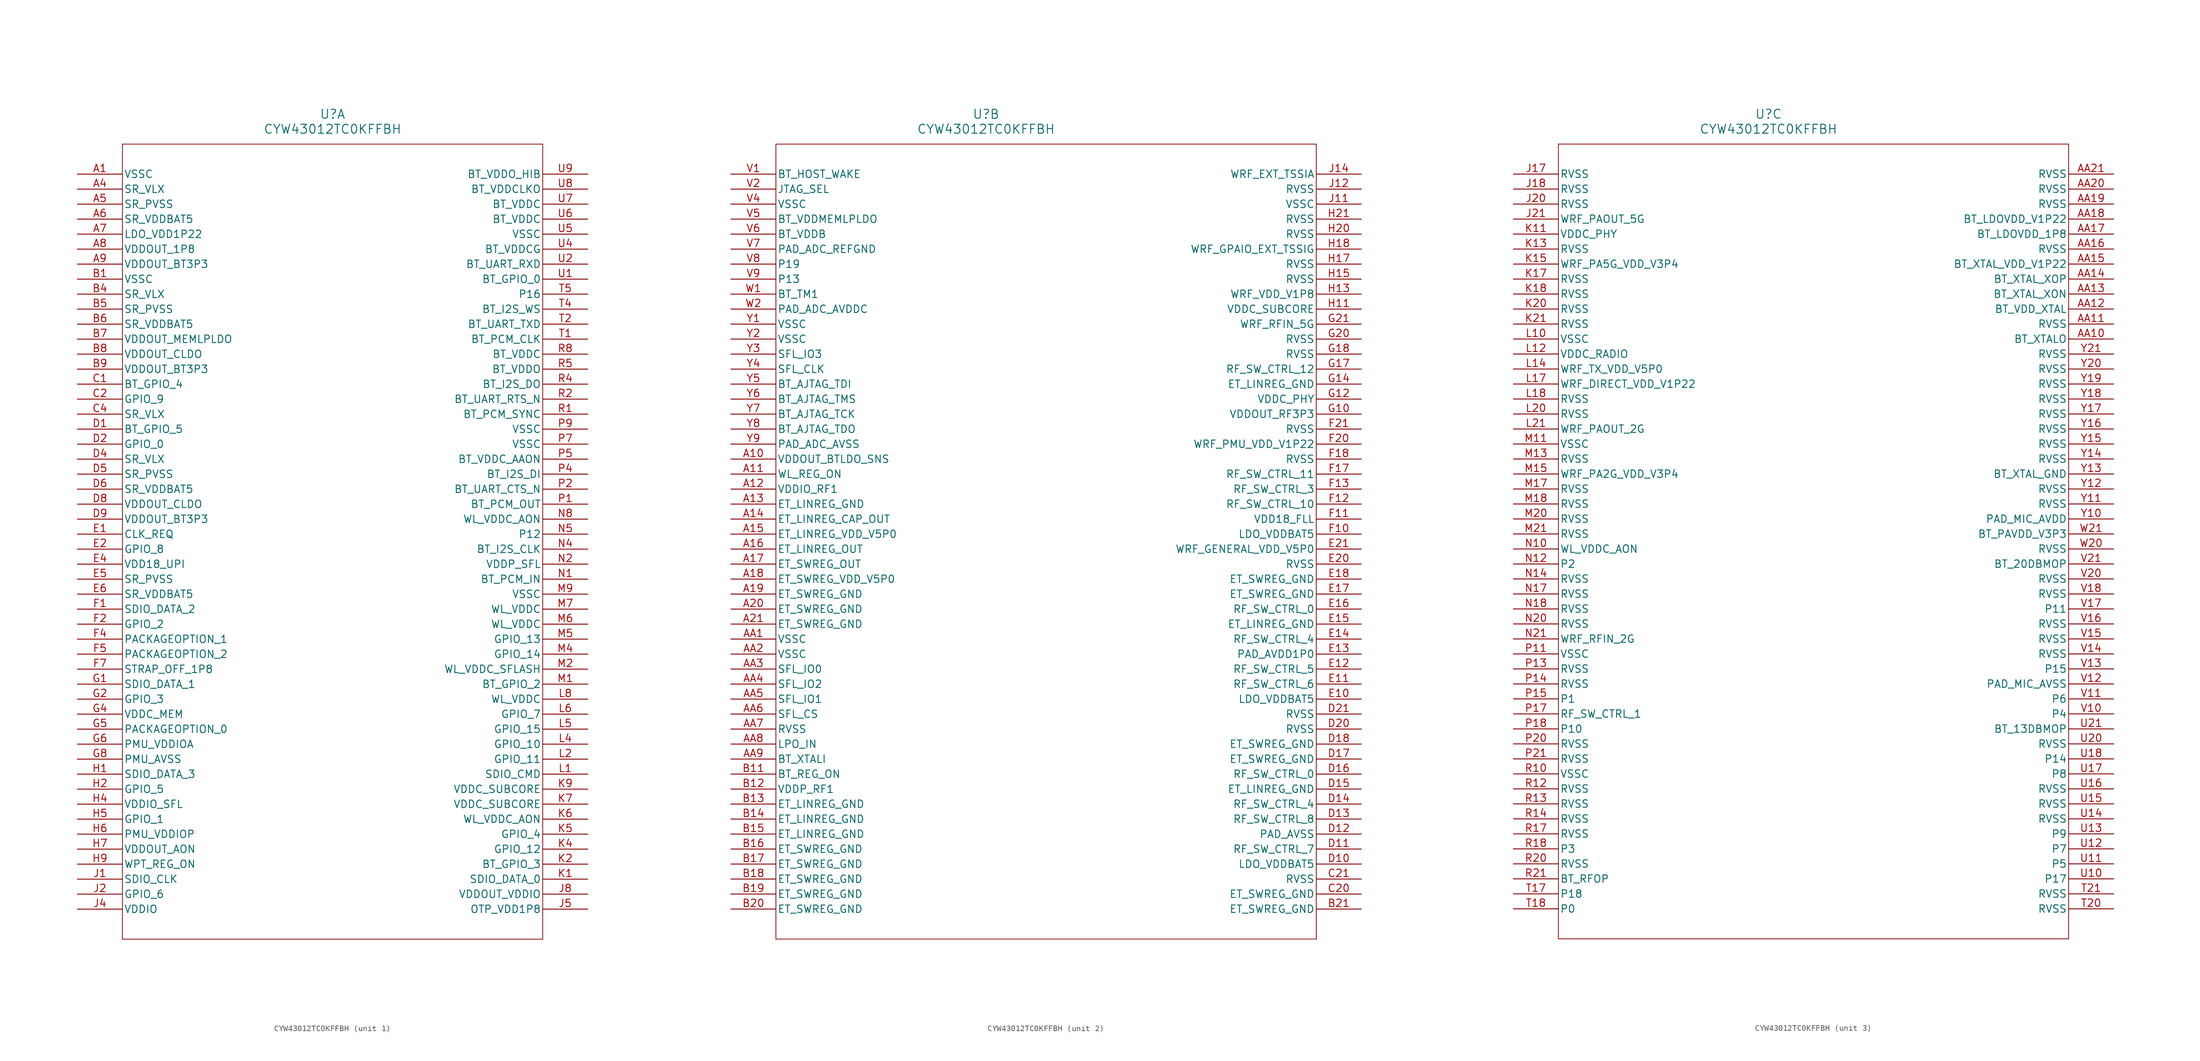
<source format=kicad_sym>
(kicad_symbol_lib
  (version 20220914)
  (generator kicad_symbol_editor)
  (symbol "CYW43012TC0KFFBH"
    (pin_names
      (offset 0.254))
    (property "Reference" "U"
      (at 43.18 10.16 0)
      (effects (font (size 1.524 1.524))))
    (property "Value" "CYW43012TC0KFFBH"
      (at 43.18 7.62 0)
      (effects (font (size 1.524 1.524))))
    (property "ki_locked" ""
      (at 0 0 0)
      (effects (font (size 1.27 1.27))))
    (symbol "CYW43012TC0KFFBH_1_1"
      (polyline (pts (xy 7.62 -129.54) (xy 78.74 -129.54)) (stroke (width 0.127) (type default)) (fill (type none)))
      (polyline (pts (xy 7.62 5.08) (xy 7.62 -129.54)) (stroke (width 0.127) (type default)) (fill (type none)))
      (polyline (pts (xy 78.74 -129.54) (xy 78.74 5.08)) (stroke (width 0.127) (type default)) (fill (type none)))
      (polyline (pts (xy 78.74 5.08) (xy 7.62 5.08)) (stroke (width 0.127) (type default)) (fill (type none)))
      (pin power_out line (at 0 0 0) (length 7.62) (name "VSSC" (effects (font (size 1.27 1.27)))) (number "A1" (effects (font (size 1.27 1.27)))))
      (pin unspecified line (at 0 -2.54 0) (length 7.62) (name "SR_VLX" (effects (font (size 1.27 1.27)))) (number "A4" (effects (font (size 1.27 1.27)))))
      (pin power_out line (at 0 -5.08 0) (length 7.62) (name "SR_PVSS" (effects (font (size 1.27 1.27)))) (number "A5" (effects (font (size 1.27 1.27)))))
      (pin power_in line (at 0 -7.62 0) (length 7.62) (name "SR_VDDBAT5" (effects (font (size 1.27 1.27)))) (number "A6" (effects (font (size 1.27 1.27)))))
      (pin power_in line (at 0 -10.16 0) (length 7.62) (name "LDO_VDD1P22" (effects (font (size 1.27 1.27)))) (number "A7" (effects (font (size 1.27 1.27)))))
      (pin output line (at 0 -12.7 0) (length 7.62) (name "VDDOUT_1P8" (effects (font (size 1.27 1.27)))) (number "A8" (effects (font (size 1.27 1.27)))))
      (pin output line (at 0 -15.24 0) (length 7.62) (name "VDDOUT_BT3P3" (effects (font (size 1.27 1.27)))) (number "A9" (effects (font (size 1.27 1.27)))))
      (pin power_out line (at 0 -17.78 0) (length 7.62) (name "VSSC" (effects (font (size 1.27 1.27)))) (number "B1" (effects (font (size 1.27 1.27)))))
      (pin unspecified line (at 0 -20.32 0) (length 7.62) (name "SR_VLX" (effects (font (size 1.27 1.27)))) (number "B4" (effects (font (size 1.27 1.27)))))
      (pin power_out line (at 0 -22.86 0) (length 7.62) (name "SR_PVSS" (effects (font (size 1.27 1.27)))) (number "B5" (effects (font (size 1.27 1.27)))))
      (pin power_in line (at 0 -25.4 0) (length 7.62) (name "SR_VDDBAT5" (effects (font (size 1.27 1.27)))) (number "B6" (effects (font (size 1.27 1.27)))))
      (pin output line (at 0 -27.94 0) (length 7.62) (name "VDDOUT_MEMLPLDO" (effects (font (size 1.27 1.27)))) (number "B7" (effects (font (size 1.27 1.27)))))
      (pin output line (at 0 -30.48 0) (length 7.62) (name "VDDOUT_CLDO" (effects (font (size 1.27 1.27)))) (number "B8" (effects (font (size 1.27 1.27)))))
      (pin output line (at 0 -33.02 0) (length 7.62) (name "VDDOUT_BT3P3" (effects (font (size 1.27 1.27)))) (number "B9" (effects (font (size 1.27 1.27)))))
      (pin bidirectional line (at 0 -35.56 0) (length 7.62) (name "BT_GPIO_4" (effects (font (size 1.27 1.27)))) (number "C1" (effects (font (size 1.27 1.27)))))
      (pin bidirectional line (at 0 -38.1 0) (length 7.62) (name "GPIO_9" (effects (font (size 1.27 1.27)))) (number "C2" (effects (font (size 1.27 1.27)))))
      (pin unspecified line (at 0 -40.64 0) (length 7.62) (name "SR_VLX" (effects (font (size 1.27 1.27)))) (number "C4" (effects (font (size 1.27 1.27)))))
      (pin bidirectional line (at 0 -43.18 0) (length 7.62) (name "BT_GPIO_5" (effects (font (size 1.27 1.27)))) (number "D1" (effects (font (size 1.27 1.27)))))
      (pin bidirectional line (at 0 -45.72 0) (length 7.62) (name "GPIO_0" (effects (font (size 1.27 1.27)))) (number "D2" (effects (font (size 1.27 1.27)))))
      (pin unspecified line (at 0 -48.26 0) (length 7.62) (name "SR_VLX" (effects (font (size 1.27 1.27)))) (number "D4" (effects (font (size 1.27 1.27)))))
      (pin power_out line (at 0 -50.8 0) (length 7.62) (name "SR_PVSS" (effects (font (size 1.27 1.27)))) (number "D5" (effects (font (size 1.27 1.27)))))
      (pin power_in line (at 0 -53.34 0) (length 7.62) (name "SR_VDDBAT5" (effects (font (size 1.27 1.27)))) (number "D6" (effects (font (size 1.27 1.27)))))
      (pin output line (at 0 -55.88 0) (length 7.62) (name "VDDOUT_CLDO" (effects (font (size 1.27 1.27)))) (number "D8" (effects (font (size 1.27 1.27)))))
      (pin output line (at 0 -58.42 0) (length 7.62) (name "VDDOUT_BT3P3" (effects (font (size 1.27 1.27)))) (number "D9" (effects (font (size 1.27 1.27)))))
      (pin unspecified line (at 0 -60.96 0) (length 7.62) (name "CLK_REQ" (effects (font (size 1.27 1.27)))) (number "E1" (effects (font (size 1.27 1.27)))))
      (pin bidirectional line (at 0 -63.5 0) (length 7.62) (name "GPIO_8" (effects (font (size 1.27 1.27)))) (number "E2" (effects (font (size 1.27 1.27)))))
      (pin power_in line (at 0 -66.04 0) (length 7.62) (name "VDD18_UPI" (effects (font (size 1.27 1.27)))) (number "E4" (effects (font (size 1.27 1.27)))))
      (pin power_out line (at 0 -68.58 0) (length 7.62) (name "SR_PVSS" (effects (font (size 1.27 1.27)))) (number "E5" (effects (font (size 1.27 1.27)))))
      (pin power_in line (at 0 -71.12 0) (length 7.62) (name "SR_VDDBAT5" (effects (font (size 1.27 1.27)))) (number "E6" (effects (font (size 1.27 1.27)))))
      (pin bidirectional line (at 0 -73.66 0) (length 7.62) (name "SDIO_DATA_2" (effects (font (size 1.27 1.27)))) (number "F1" (effects (font (size 1.27 1.27)))))
      (pin bidirectional line (at 0 -76.2 0) (length 7.62) (name "GPIO_2" (effects (font (size 1.27 1.27)))) (number "F2" (effects (font (size 1.27 1.27)))))
      (pin bidirectional line (at 0 -78.74 0) (length 7.62) (name "PACKAGEOPTION_1" (effects (font (size 1.27 1.27)))) (number "F4" (effects (font (size 1.27 1.27)))))
      (pin bidirectional line (at 0 -81.28 0) (length 7.62) (name "PACKAGEOPTION_2" (effects (font (size 1.27 1.27)))) (number "F5" (effects (font (size 1.27 1.27)))))
      (pin unspecified line (at 0 -83.82 0) (length 7.62) (name "STRAP_OFF_1P8" (effects (font (size 1.27 1.27)))) (number "F7" (effects (font (size 1.27 1.27)))))
      (pin bidirectional line (at 0 -86.36 0) (length 7.62) (name "SDIO_DATA_1" (effects (font (size 1.27 1.27)))) (number "G1" (effects (font (size 1.27 1.27)))))
      (pin bidirectional line (at 0 -88.9 0) (length 7.62) (name "GPIO_3" (effects (font (size 1.27 1.27)))) (number "G2" (effects (font (size 1.27 1.27)))))
      (pin power_in line (at 0 -91.44 0) (length 7.62) (name "VDDC_MEM" (effects (font (size 1.27 1.27)))) (number "G4" (effects (font (size 1.27 1.27)))))
      (pin bidirectional line (at 0 -93.98 0) (length 7.62) (name "PACKAGEOPTION_0" (effects (font (size 1.27 1.27)))) (number "G5" (effects (font (size 1.27 1.27)))))
      (pin power_in line (at 0 -96.52 0) (length 7.62) (name "PMU_VDDIOA" (effects (font (size 1.27 1.27)))) (number "G6" (effects (font (size 1.27 1.27)))))
      (pin power_out line (at 0 -99.06 0) (length 7.62) (name "PMU_AVSS" (effects (font (size 1.27 1.27)))) (number "G8" (effects (font (size 1.27 1.27)))))
      (pin bidirectional line (at 0 -101.6 0) (length 7.62) (name "SDIO_DATA_3" (effects (font (size 1.27 1.27)))) (number "H1" (effects (font (size 1.27 1.27)))))
      (pin bidirectional line (at 0 -104.14 0) (length 7.62) (name "GPIO_5" (effects (font (size 1.27 1.27)))) (number "H2" (effects (font (size 1.27 1.27)))))
      (pin power_in line (at 0 -106.68 0) (length 7.62) (name "VDDIO_SFL" (effects (font (size 1.27 1.27)))) (number "H4" (effects (font (size 1.27 1.27)))))
      (pin bidirectional line (at 0 -109.22 0) (length 7.62) (name "GPIO_1" (effects (font (size 1.27 1.27)))) (number "H5" (effects (font (size 1.27 1.27)))))
      (pin power_in line (at 0 -111.76 0) (length 7.62) (name "PMU_VDDIOP" (effects (font (size 1.27 1.27)))) (number "H6" (effects (font (size 1.27 1.27)))))
      (pin output line (at 0 -114.3 0) (length 7.62) (name "VDDOUT_AON" (effects (font (size 1.27 1.27)))) (number "H7" (effects (font (size 1.27 1.27)))))
      (pin unspecified line (at 0 -116.84 0) (length 7.62) (name "WPT_REG_ON" (effects (font (size 1.27 1.27)))) (number "H9" (effects (font (size 1.27 1.27)))))
      (pin unspecified line (at 0 -119.38 0) (length 7.62) (name "SDIO_CLK" (effects (font (size 1.27 1.27)))) (number "J1" (effects (font (size 1.27 1.27)))))
      (pin bidirectional line (at 0 -121.92 0) (length 7.62) (name "GPIO_6" (effects (font (size 1.27 1.27)))) (number "J2" (effects (font (size 1.27 1.27)))))
      (pin power_in line (at 0 -124.46 0) (length 7.62) (name "VDDIO" (effects (font (size 1.27 1.27)))) (number "J4" (effects (font (size 1.27 1.27)))))
      (pin power_in line (at 86.36 -124.46 180) (length 7.62) (name "OTP_VDD1P8" (effects (font (size 1.27 1.27)))) (number "J5" (effects (font (size 1.27 1.27)))))
      (pin output line (at 86.36 -121.92 180) (length 7.62) (name "VDDOUT_VDDIO" (effects (font (size 1.27 1.27)))) (number "J8" (effects (font (size 1.27 1.27)))))
      (pin bidirectional line (at 86.36 -119.38 180) (length 7.62) (name "SDIO_DATA_0" (effects (font (size 1.27 1.27)))) (number "K1" (effects (font (size 1.27 1.27)))))
      (pin bidirectional line (at 86.36 -116.84 180) (length 7.62) (name "BT_GPIO_3" (effects (font (size 1.27 1.27)))) (number "K2" (effects (font (size 1.27 1.27)))))
      (pin bidirectional line (at 86.36 -114.3 180) (length 7.62) (name "GPIO_12" (effects (font (size 1.27 1.27)))) (number "K4" (effects (font (size 1.27 1.27)))))
      (pin bidirectional line (at 86.36 -111.76 180) (length 7.62) (name "GPIO_4" (effects (font (size 1.27 1.27)))) (number "K5" (effects (font (size 1.27 1.27)))))
      (pin power_in line (at 86.36 -109.22 180) (length 7.62) (name "WL_VDDC_AON" (effects (font (size 1.27 1.27)))) (number "K6" (effects (font (size 1.27 1.27)))))
      (pin power_in line (at 86.36 -106.68 180) (length 7.62) (name "VDDC_SUBCORE" (effects (font (size 1.27 1.27)))) (number "K7" (effects (font (size 1.27 1.27)))))
      (pin power_in line (at 86.36 -104.14 180) (length 7.62) (name "VDDC_SUBCORE" (effects (font (size 1.27 1.27)))) (number "K9" (effects (font (size 1.27 1.27)))))
      (pin unspecified line (at 86.36 -101.6 180) (length 7.62) (name "SDIO_CMD" (effects (font (size 1.27 1.27)))) (number "L1" (effects (font (size 1.27 1.27)))))
      (pin bidirectional line (at 86.36 -99.06 180) (length 7.62) (name "GPIO_11" (effects (font (size 1.27 1.27)))) (number "L2" (effects (font (size 1.27 1.27)))))
      (pin bidirectional line (at 86.36 -96.52 180) (length 7.62) (name "GPIO_10" (effects (font (size 1.27 1.27)))) (number "L4" (effects (font (size 1.27 1.27)))))
      (pin bidirectional line (at 86.36 -93.98 180) (length 7.62) (name "GPIO_15" (effects (font (size 1.27 1.27)))) (number "L5" (effects (font (size 1.27 1.27)))))
      (pin bidirectional line (at 86.36 -91.44 180) (length 7.62) (name "GPIO_7" (effects (font (size 1.27 1.27)))) (number "L6" (effects (font (size 1.27 1.27)))))
      (pin power_in line (at 86.36 -88.9 180) (length 7.62) (name "WL_VDDC" (effects (font (size 1.27 1.27)))) (number "L8" (effects (font (size 1.27 1.27)))))
      (pin bidirectional line (at 86.36 -86.36 180) (length 7.62) (name "BT_GPIO_2" (effects (font (size 1.27 1.27)))) (number "M1" (effects (font (size 1.27 1.27)))))
      (pin power_in line (at 86.36 -83.82 180) (length 7.62) (name "WL_VDDC_SFLASH" (effects (font (size 1.27 1.27)))) (number "M2" (effects (font (size 1.27 1.27)))))
      (pin bidirectional line (at 86.36 -81.28 180) (length 7.62) (name "GPIO_14" (effects (font (size 1.27 1.27)))) (number "M4" (effects (font (size 1.27 1.27)))))
      (pin bidirectional line (at 86.36 -78.74 180) (length 7.62) (name "GPIO_13" (effects (font (size 1.27 1.27)))) (number "M5" (effects (font (size 1.27 1.27)))))
      (pin power_in line (at 86.36 -76.2 180) (length 7.62) (name "WL_VDDC" (effects (font (size 1.27 1.27)))) (number "M6" (effects (font (size 1.27 1.27)))))
      (pin power_in line (at 86.36 -73.66 180) (length 7.62) (name "WL_VDDC" (effects (font (size 1.27 1.27)))) (number "M7" (effects (font (size 1.27 1.27)))))
      (pin power_out line (at 86.36 -71.12 180) (length 7.62) (name "VSSC" (effects (font (size 1.27 1.27)))) (number "M9" (effects (font (size 1.27 1.27)))))
      (pin unspecified line (at 86.36 -68.58 180) (length 7.62) (name "BT_PCM_IN" (effects (font (size 1.27 1.27)))) (number "N1" (effects (font (size 1.27 1.27)))))
      (pin power_in line (at 86.36 -66.04 180) (length 7.62) (name "VDDP_SFL" (effects (font (size 1.27 1.27)))) (number "N2" (effects (font (size 1.27 1.27)))))
      (pin bidirectional line (at 86.36 -63.5 180) (length 7.62) (name "BT_I2S_CLK" (effects (font (size 1.27 1.27)))) (number "N4" (effects (font (size 1.27 1.27)))))
      (pin bidirectional line (at 86.36 -60.96 180) (length 7.62) (name "P12" (effects (font (size 1.27 1.27)))) (number "N5" (effects (font (size 1.27 1.27)))))
      (pin power_in line (at 86.36 -58.42 180) (length 7.62) (name "WL_VDDC_AON" (effects (font (size 1.27 1.27)))) (number "N8" (effects (font (size 1.27 1.27)))))
      (pin output line (at 86.36 -55.88 180) (length 7.62) (name "BT_PCM_OUT" (effects (font (size 1.27 1.27)))) (number "P1" (effects (font (size 1.27 1.27)))))
      (pin unspecified line (at 86.36 -53.34 180) (length 7.62) (name "BT_UART_CTS_N" (effects (font (size 1.27 1.27)))) (number "P2" (effects (font (size 1.27 1.27)))))
      (pin bidirectional line (at 86.36 -50.8 180) (length 7.62) (name "BT_I2S_DI" (effects (font (size 1.27 1.27)))) (number "P4" (effects (font (size 1.27 1.27)))))
      (pin power_in line (at 86.36 -48.26 180) (length 7.62) (name "BT_VDDC_AAON" (effects (font (size 1.27 1.27)))) (number "P5" (effects (font (size 1.27 1.27)))))
      (pin power_out line (at 86.36 -45.72 180) (length 7.62) (name "VSSC" (effects (font (size 1.27 1.27)))) (number "P7" (effects (font (size 1.27 1.27)))))
      (pin power_out line (at 86.36 -43.18 180) (length 7.62) (name "VSSC" (effects (font (size 1.27 1.27)))) (number "P9" (effects (font (size 1.27 1.27)))))
      (pin unspecified line (at 86.36 -40.64 180) (length 7.62) (name "BT_PCM_SYNC" (effects (font (size 1.27 1.27)))) (number "R1" (effects (font (size 1.27 1.27)))))
      (pin unspecified line (at 86.36 -38.1 180) (length 7.62) (name "BT_UART_RTS_N" (effects (font (size 1.27 1.27)))) (number "R2" (effects (font (size 1.27 1.27)))))
      (pin bidirectional line (at 86.36 -35.56 180) (length 7.62) (name "BT_I2S_DO" (effects (font (size 1.27 1.27)))) (number "R4" (effects (font (size 1.27 1.27)))))
      (pin power_in line (at 86.36 -33.02 180) (length 7.62) (name "BT_VDDO" (effects (font (size 1.27 1.27)))) (number "R5" (effects (font (size 1.27 1.27)))))
      (pin power_in line (at 86.36 -30.48 180) (length 7.62) (name "BT_VDDC" (effects (font (size 1.27 1.27)))) (number "R8" (effects (font (size 1.27 1.27)))))
      (pin unspecified line (at 86.36 -27.94 180) (length 7.62) (name "BT_PCM_CLK" (effects (font (size 1.27 1.27)))) (number "T1" (effects (font (size 1.27 1.27)))))
      (pin unspecified line (at 86.36 -25.4 180) (length 7.62) (name "BT_UART_TXD" (effects (font (size 1.27 1.27)))) (number "T2" (effects (font (size 1.27 1.27)))))
      (pin bidirectional line (at 86.36 -22.86 180) (length 7.62) (name "BT_I2S_WS" (effects (font (size 1.27 1.27)))) (number "T4" (effects (font (size 1.27 1.27)))))
      (pin bidirectional line (at 86.36 -20.32 180) (length 7.62) (name "P16" (effects (font (size 1.27 1.27)))) (number "T5" (effects (font (size 1.27 1.27)))))
      (pin bidirectional line (at 86.36 -17.78 180) (length 7.62) (name "BT_GPIO_0" (effects (font (size 1.27 1.27)))) (number "U1" (effects (font (size 1.27 1.27)))))
      (pin unspecified line (at 86.36 -15.24 180) (length 7.62) (name "BT_UART_RXD" (effects (font (size 1.27 1.27)))) (number "U2" (effects (font (size 1.27 1.27)))))
      (pin power_in line (at 86.36 -12.7 180) (length 7.62) (name "BT_VDDCG" (effects (font (size 1.27 1.27)))) (number "U4" (effects (font (size 1.27 1.27)))))
      (pin power_out line (at 86.36 -10.16 180) (length 7.62) (name "VSSC" (effects (font (size 1.27 1.27)))) (number "U5" (effects (font (size 1.27 1.27)))))
      (pin power_in line (at 86.36 -7.62 180) (length 7.62) (name "BT_VDDC" (effects (font (size 1.27 1.27)))) (number "U6" (effects (font (size 1.27 1.27)))))
      (pin power_in line (at 86.36 -5.08 180) (length 7.62) (name "BT_VDDC" (effects (font (size 1.27 1.27)))) (number "U7" (effects (font (size 1.27 1.27)))))
      (pin power_in line (at 86.36 -2.54 180) (length 7.62) (name "BT_VDDCLKO" (effects (font (size 1.27 1.27)))) (number "U8" (effects (font (size 1.27 1.27)))))
      (pin power_in line (at 86.36 0 180) (length 7.62) (name "BT_VDDO_HIB" (effects (font (size 1.27 1.27)))) (number "U9" (effects (font (size 1.27 1.27))))))
    (symbol "CYW43012TC0KFFBH_2_1"
      (polyline (pts (xy 7.62 -129.54) (xy 99.06 -129.54)) (stroke (width 0.127) (type default)) (fill (type none)))
      (polyline (pts (xy 7.62 5.08) (xy 7.62 -129.54)) (stroke (width 0.127) (type default)) (fill (type none)))
      (polyline (pts (xy 99.06 -129.54) (xy 99.06 5.08)) (stroke (width 0.127) (type default)) (fill (type none)))
      (polyline (pts (xy 99.06 5.08) (xy 7.62 5.08)) (stroke (width 0.127) (type default)) (fill (type none)))
      (pin output line (at 0 -48.26 0) (length 7.62) (name "VDDOUT_BTLDO_SNS" (effects (font (size 1.27 1.27)))) (number "A10" (effects (font (size 1.27 1.27)))))
      (pin unspecified line (at 0 -50.8 0) (length 7.62) (name "WL_REG_ON" (effects (font (size 1.27 1.27)))) (number "A11" (effects (font (size 1.27 1.27)))))
      (pin power_in line (at 0 -53.34 0) (length 7.62) (name "VDDIO_RF1" (effects (font (size 1.27 1.27)))) (number "A12" (effects (font (size 1.27 1.27)))))
      (pin power_out line (at 0 -55.88 0) (length 7.62) (name "ET_LINREG_GND" (effects (font (size 1.27 1.27)))) (number "A13" (effects (font (size 1.27 1.27)))))
      (pin output line (at 0 -58.42 0) (length 7.62) (name "ET_LINREG_CAP_OUT" (effects (font (size 1.27 1.27)))) (number "A14" (effects (font (size 1.27 1.27)))))
      (pin power_in line (at 0 -60.96 0) (length 7.62) (name "ET_LINREG_VDD_V5P0" (effects (font (size 1.27 1.27)))) (number "A15" (effects (font (size 1.27 1.27)))))
      (pin output line (at 0 -63.5 0) (length 7.62) (name "ET_LINREG_OUT" (effects (font (size 1.27 1.27)))) (number "A16" (effects (font (size 1.27 1.27)))))
      (pin output line (at 0 -66.04 0) (length 7.62) (name "ET_SWREG_OUT" (effects (font (size 1.27 1.27)))) (number "A17" (effects (font (size 1.27 1.27)))))
      (pin power_in line (at 0 -68.58 0) (length 7.62) (name "ET_SWREG_VDD_V5P0" (effects (font (size 1.27 1.27)))) (number "A18" (effects (font (size 1.27 1.27)))))
      (pin power_out line (at 0 -71.12 0) (length 7.62) (name "ET_SWREG_GND" (effects (font (size 1.27 1.27)))) (number "A19" (effects (font (size 1.27 1.27)))))
      (pin power_out line (at 0 -73.66 0) (length 7.62) (name "ET_SWREG_GND" (effects (font (size 1.27 1.27)))) (number "A20" (effects (font (size 1.27 1.27)))))
      (pin power_out line (at 0 -76.2 0) (length 7.62) (name "ET_SWREG_GND" (effects (font (size 1.27 1.27)))) (number "A21" (effects (font (size 1.27 1.27)))))
      (pin power_out line (at 0 -78.74 0) (length 7.62) (name "VSSC" (effects (font (size 1.27 1.27)))) (number "AA1" (effects (font (size 1.27 1.27)))))
      (pin power_out line (at 0 -81.28 0) (length 7.62) (name "VSSC" (effects (font (size 1.27 1.27)))) (number "AA2" (effects (font (size 1.27 1.27)))))
      (pin bidirectional line (at 0 -83.82 0) (length 7.62) (name "SFL_IO0" (effects (font (size 1.27 1.27)))) (number "AA3" (effects (font (size 1.27 1.27)))))
      (pin bidirectional line (at 0 -86.36 0) (length 7.62) (name "SFL_IO2" (effects (font (size 1.27 1.27)))) (number "AA4" (effects (font (size 1.27 1.27)))))
      (pin bidirectional line (at 0 -88.9 0) (length 7.62) (name "SFL_IO1" (effects (font (size 1.27 1.27)))) (number "AA5" (effects (font (size 1.27 1.27)))))
      (pin unspecified line (at 0 -91.44 0) (length 7.62) (name "SFL_CS" (effects (font (size 1.27 1.27)))) (number "AA6" (effects (font (size 1.27 1.27)))))
      (pin power_out line (at 0 -93.98 0) (length 7.62) (name "RVSS" (effects (font (size 1.27 1.27)))) (number "AA7" (effects (font (size 1.27 1.27)))))
      (pin unspecified line (at 0 -96.52 0) (length 7.62) (name "LPO_IN" (effects (font (size 1.27 1.27)))) (number "AA8" (effects (font (size 1.27 1.27)))))
      (pin unspecified line (at 0 -99.06 0) (length 7.62) (name "BT_XTALI" (effects (font (size 1.27 1.27)))) (number "AA9" (effects (font (size 1.27 1.27)))))
      (pin unspecified line (at 0 -101.6 0) (length 7.62) (name "BT_REG_ON" (effects (font (size 1.27 1.27)))) (number "B11" (effects (font (size 1.27 1.27)))))
      (pin power_in line (at 0 -104.14 0) (length 7.62) (name "VDDP_RF1" (effects (font (size 1.27 1.27)))) (number "B12" (effects (font (size 1.27 1.27)))))
      (pin power_out line (at 0 -106.68 0) (length 7.62) (name "ET_LINREG_GND" (effects (font (size 1.27 1.27)))) (number "B13" (effects (font (size 1.27 1.27)))))
      (pin power_out line (at 0 -109.22 0) (length 7.62) (name "ET_LINREG_GND" (effects (font (size 1.27 1.27)))) (number "B14" (effects (font (size 1.27 1.27)))))
      (pin power_out line (at 0 -111.76 0) (length 7.62) (name "ET_LINREG_GND" (effects (font (size 1.27 1.27)))) (number "B15" (effects (font (size 1.27 1.27)))))
      (pin power_out line (at 0 -114.3 0) (length 7.62) (name "ET_SWREG_GND" (effects (font (size 1.27 1.27)))) (number "B16" (effects (font (size 1.27 1.27)))))
      (pin power_out line (at 0 -116.84 0) (length 7.62) (name "ET_SWREG_GND" (effects (font (size 1.27 1.27)))) (number "B17" (effects (font (size 1.27 1.27)))))
      (pin power_out line (at 0 -119.38 0) (length 7.62) (name "ET_SWREG_GND" (effects (font (size 1.27 1.27)))) (number "B18" (effects (font (size 1.27 1.27)))))
      (pin power_out line (at 0 -121.92 0) (length 7.62) (name "ET_SWREG_GND" (effects (font (size 1.27 1.27)))) (number "B19" (effects (font (size 1.27 1.27)))))
      (pin power_out line (at 0 -124.46 0) (length 7.62) (name "ET_SWREG_GND" (effects (font (size 1.27 1.27)))) (number "B20" (effects (font (size 1.27 1.27)))))
      (pin power_out line (at 106.68 -124.46 180) (length 7.62) (name "ET_SWREG_GND" (effects (font (size 1.27 1.27)))) (number "B21" (effects (font (size 1.27 1.27)))))
      (pin power_out line (at 106.68 -121.92 180) (length 7.62) (name "ET_SWREG_GND" (effects (font (size 1.27 1.27)))) (number "C20" (effects (font (size 1.27 1.27)))))
      (pin power_out line (at 106.68 -119.38 180) (length 7.62) (name "RVSS" (effects (font (size 1.27 1.27)))) (number "C21" (effects (font (size 1.27 1.27)))))
      (pin power_in line (at 106.68 -116.84 180) (length 7.62) (name "LDO_VDDBAT5" (effects (font (size 1.27 1.27)))) (number "D10" (effects (font (size 1.27 1.27)))))
      (pin bidirectional line (at 106.68 -114.3 180) (length 7.62) (name "RF_SW_CTRL_7" (effects (font (size 1.27 1.27)))) (number "D11" (effects (font (size 1.27 1.27)))))
      (pin power_out line (at 106.68 -111.76 180) (length 7.62) (name "PAD_AVSS" (effects (font (size 1.27 1.27)))) (number "D12" (effects (font (size 1.27 1.27)))))
      (pin bidirectional line (at 106.68 -109.22 180) (length 7.62) (name "RF_SW_CTRL_8" (effects (font (size 1.27 1.27)))) (number "D13" (effects (font (size 1.27 1.27)))))
      (pin bidirectional line (at 106.68 -106.68 180) (length 7.62) (name "RF_SW_CTRL_4" (effects (font (size 1.27 1.27)))) (number "D14" (effects (font (size 1.27 1.27)))))
      (pin power_out line (at 106.68 -104.14 180) (length 7.62) (name "ET_LINREG_GND" (effects (font (size 1.27 1.27)))) (number "D15" (effects (font (size 1.27 1.27)))))
      (pin bidirectional line (at 106.68 -101.6 180) (length 7.62) (name "RF_SW_CTRL_0" (effects (font (size 1.27 1.27)))) (number "D16" (effects (font (size 1.27 1.27)))))
      (pin power_out line (at 106.68 -99.06 180) (length 7.62) (name "ET_SWREG_GND" (effects (font (size 1.27 1.27)))) (number "D17" (effects (font (size 1.27 1.27)))))
      (pin power_out line (at 106.68 -96.52 180) (length 7.62) (name "ET_SWREG_GND" (effects (font (size 1.27 1.27)))) (number "D18" (effects (font (size 1.27 1.27)))))
      (pin power_out line (at 106.68 -93.98 180) (length 7.62) (name "RVSS" (effects (font (size 1.27 1.27)))) (number "D20" (effects (font (size 1.27 1.27)))))
      (pin power_out line (at 106.68 -91.44 180) (length 7.62) (name "RVSS" (effects (font (size 1.27 1.27)))) (number "D21" (effects (font (size 1.27 1.27)))))
      (pin power_in line (at 106.68 -88.9 180) (length 7.62) (name "LDO_VDDBAT5" (effects (font (size 1.27 1.27)))) (number "E10" (effects (font (size 1.27 1.27)))))
      (pin bidirectional line (at 106.68 -86.36 180) (length 7.62) (name "RF_SW_CTRL_6" (effects (font (size 1.27 1.27)))) (number "E11" (effects (font (size 1.27 1.27)))))
      (pin bidirectional line (at 106.68 -83.82 180) (length 7.62) (name "RF_SW_CTRL_5" (effects (font (size 1.27 1.27)))) (number "E12" (effects (font (size 1.27 1.27)))))
      (pin power_in line (at 106.68 -81.28 180) (length 7.62) (name "PAD_AVDD1P0" (effects (font (size 1.27 1.27)))) (number "E13" (effects (font (size 1.27 1.27)))))
      (pin bidirectional line (at 106.68 -78.74 180) (length 7.62) (name "RF_SW_CTRL_4" (effects (font (size 1.27 1.27)))) (number "E14" (effects (font (size 1.27 1.27)))))
      (pin power_out line (at 106.68 -76.2 180) (length 7.62) (name "ET_LINREG_GND" (effects (font (size 1.27 1.27)))) (number "E15" (effects (font (size 1.27 1.27)))))
      (pin bidirectional line (at 106.68 -73.66 180) (length 7.62) (name "RF_SW_CTRL_0" (effects (font (size 1.27 1.27)))) (number "E16" (effects (font (size 1.27 1.27)))))
      (pin power_out line (at 106.68 -71.12 180) (length 7.62) (name "ET_SWREG_GND" (effects (font (size 1.27 1.27)))) (number "E17" (effects (font (size 1.27 1.27)))))
      (pin power_out line (at 106.68 -68.58 180) (length 7.62) (name "ET_SWREG_GND" (effects (font (size 1.27 1.27)))) (number "E18" (effects (font (size 1.27 1.27)))))
      (pin power_out line (at 106.68 -66.04 180) (length 7.62) (name "RVSS" (effects (font (size 1.27 1.27)))) (number "E20" (effects (font (size 1.27 1.27)))))
      (pin power_in line (at 106.68 -63.5 180) (length 7.62) (name "WRF_GENERAL_VDD_V5P0" (effects (font (size 1.27 1.27)))) (number "E21" (effects (font (size 1.27 1.27)))))
      (pin power_in line (at 106.68 -60.96 180) (length 7.62) (name "LDO_VDDBAT5" (effects (font (size 1.27 1.27)))) (number "F10" (effects (font (size 1.27 1.27)))))
      (pin power_in line (at 106.68 -58.42 180) (length 7.62) (name "VDD18_FLL" (effects (font (size 1.27 1.27)))) (number "F11" (effects (font (size 1.27 1.27)))))
      (pin bidirectional line (at 106.68 -55.88 180) (length 7.62) (name "RF_SW_CTRL_10" (effects (font (size 1.27 1.27)))) (number "F12" (effects (font (size 1.27 1.27)))))
      (pin bidirectional line (at 106.68 -53.34 180) (length 7.62) (name "RF_SW_CTRL_3" (effects (font (size 1.27 1.27)))) (number "F13" (effects (font (size 1.27 1.27)))))
      (pin bidirectional line (at 106.68 -50.8 180) (length 7.62) (name "RF_SW_CTRL_11" (effects (font (size 1.27 1.27)))) (number "F17" (effects (font (size 1.27 1.27)))))
      (pin power_out line (at 106.68 -48.26 180) (length 7.62) (name "RVSS" (effects (font (size 1.27 1.27)))) (number "F18" (effects (font (size 1.27 1.27)))))
      (pin power_in line (at 106.68 -45.72 180) (length 7.62) (name "WRF_PMU_VDD_V1P22" (effects (font (size 1.27 1.27)))) (number "F20" (effects (font (size 1.27 1.27)))))
      (pin power_out line (at 106.68 -43.18 180) (length 7.62) (name "RVSS" (effects (font (size 1.27 1.27)))) (number "F21" (effects (font (size 1.27 1.27)))))
      (pin output line (at 106.68 -40.64 180) (length 7.62) (name "VDDOUT_RF3P3" (effects (font (size 1.27 1.27)))) (number "G10" (effects (font (size 1.27 1.27)))))
      (pin power_in line (at 106.68 -38.1 180) (length 7.62) (name "VDDC_PHY" (effects (font (size 1.27 1.27)))) (number "G12" (effects (font (size 1.27 1.27)))))
      (pin power_out line (at 106.68 -35.56 180) (length 7.62) (name "ET_LINREG_GND" (effects (font (size 1.27 1.27)))) (number "G14" (effects (font (size 1.27 1.27)))))
      (pin bidirectional line (at 106.68 -33.02 180) (length 7.62) (name "RF_SW_CTRL_12" (effects (font (size 1.27 1.27)))) (number "G17" (effects (font (size 1.27 1.27)))))
      (pin power_out line (at 106.68 -30.48 180) (length 7.62) (name "RVSS" (effects (font (size 1.27 1.27)))) (number "G18" (effects (font (size 1.27 1.27)))))
      (pin power_out line (at 106.68 -27.94 180) (length 7.62) (name "RVSS" (effects (font (size 1.27 1.27)))) (number "G20" (effects (font (size 1.27 1.27)))))
      (pin bidirectional line (at 106.68 -25.4 180) (length 7.62) (name "WRF_RFIN_5G" (effects (font (size 1.27 1.27)))) (number "G21" (effects (font (size 1.27 1.27)))))
      (pin power_in line (at 106.68 -22.86 180) (length 7.62) (name "VDDC_SUBCORE" (effects (font (size 1.27 1.27)))) (number "H11" (effects (font (size 1.27 1.27)))))
      (pin power_in line (at 106.68 -20.32 180) (length 7.62) (name "WRF_VDD_V1P8" (effects (font (size 1.27 1.27)))) (number "H13" (effects (font (size 1.27 1.27)))))
      (pin power_out line (at 106.68 -17.78 180) (length 7.62) (name "RVSS" (effects (font (size 1.27 1.27)))) (number "H15" (effects (font (size 1.27 1.27)))))
      (pin power_out line (at 106.68 -15.24 180) (length 7.62) (name "RVSS" (effects (font (size 1.27 1.27)))) (number "H17" (effects (font (size 1.27 1.27)))))
      (pin unspecified line (at 106.68 -12.7 180) (length 7.62) (name "WRF_GPAIO_EXT_TSSIG" (effects (font (size 1.27 1.27)))) (number "H18" (effects (font (size 1.27 1.27)))))
      (pin power_out line (at 106.68 -10.16 180) (length 7.62) (name "RVSS" (effects (font (size 1.27 1.27)))) (number "H20" (effects (font (size 1.27 1.27)))))
      (pin power_out line (at 106.68 -7.62 180) (length 7.62) (name "RVSS" (effects (font (size 1.27 1.27)))) (number "H21" (effects (font (size 1.27 1.27)))))
      (pin power_out line (at 106.68 -5.08 180) (length 7.62) (name "VSSC" (effects (font (size 1.27 1.27)))) (number "J11" (effects (font (size 1.27 1.27)))))
      (pin power_out line (at 106.68 -2.54 180) (length 7.62) (name "RVSS" (effects (font (size 1.27 1.27)))) (number "J12" (effects (font (size 1.27 1.27)))))
      (pin unspecified line (at 106.68 0 180) (length 7.62) (name "WRF_EXT_TSSIA" (effects (font (size 1.27 1.27)))) (number "J14" (effects (font (size 1.27 1.27)))))
      (pin unspecified line (at 0 0 0) (length 7.62) (name "BT_HOST_WAKE" (effects (font (size 1.27 1.27)))) (number "V1" (effects (font (size 1.27 1.27)))))
      (pin unspecified line (at 0 -2.54 0) (length 7.62) (name "JTAG_SEL" (effects (font (size 1.27 1.27)))) (number "V2" (effects (font (size 1.27 1.27)))))
      (pin power_out line (at 0 -5.08 0) (length 7.62) (name "VSSC" (effects (font (size 1.27 1.27)))) (number "V4" (effects (font (size 1.27 1.27)))))
      (pin power_in line (at 0 -7.62 0) (length 7.62) (name "BT_VDDMEMLPLDO" (effects (font (size 1.27 1.27)))) (number "V5" (effects (font (size 1.27 1.27)))))
      (pin power_in line (at 0 -10.16 0) (length 7.62) (name "BT_VDDB" (effects (font (size 1.27 1.27)))) (number "V6" (effects (font (size 1.27 1.27)))))
      (pin power_out line (at 0 -12.7 0) (length 7.62) (name "PAD_ADC_REFGND" (effects (font (size 1.27 1.27)))) (number "V7" (effects (font (size 1.27 1.27)))))
      (pin bidirectional line (at 0 -15.24 0) (length 7.62) (name "P19" (effects (font (size 1.27 1.27)))) (number "V8" (effects (font (size 1.27 1.27)))))
      (pin bidirectional line (at 0 -17.78 0) (length 7.62) (name "P13" (effects (font (size 1.27 1.27)))) (number "V9" (effects (font (size 1.27 1.27)))))
      (pin unspecified line (at 0 -20.32 0) (length 7.62) (name "BT_TM1" (effects (font (size 1.27 1.27)))) (number "W1" (effects (font (size 1.27 1.27)))))
      (pin power_in line (at 0 -22.86 0) (length 7.62) (name "PAD_ADC_AVDDC" (effects (font (size 1.27 1.27)))) (number "W2" (effects (font (size 1.27 1.27)))))
      (pin power_out line (at 0 -25.4 0) (length 7.62) (name "VSSC" (effects (font (size 1.27 1.27)))) (number "Y1" (effects (font (size 1.27 1.27)))))
      (pin power_out line (at 0 -27.94 0) (length 7.62) (name "VSSC" (effects (font (size 1.27 1.27)))) (number "Y2" (effects (font (size 1.27 1.27)))))
      (pin bidirectional line (at 0 -30.48 0) (length 7.62) (name "SFL_IO3" (effects (font (size 1.27 1.27)))) (number "Y3" (effects (font (size 1.27 1.27)))))
      (pin unspecified line (at 0 -33.02 0) (length 7.62) (name "SFL_CLK" (effects (font (size 1.27 1.27)))) (number "Y4" (effects (font (size 1.27 1.27)))))
      (pin unspecified line (at 0 -35.56 0) (length 7.62) (name "BT_AJTAG_TDI" (effects (font (size 1.27 1.27)))) (number "Y5" (effects (font (size 1.27 1.27)))))
      (pin unspecified line (at 0 -38.1 0) (length 7.62) (name "BT_AJTAG_TMS" (effects (font (size 1.27 1.27)))) (number "Y6" (effects (font (size 1.27 1.27)))))
      (pin unspecified line (at 0 -40.64 0) (length 7.62) (name "BT_AJTAG_TCK" (effects (font (size 1.27 1.27)))) (number "Y7" (effects (font (size 1.27 1.27)))))
      (pin unspecified line (at 0 -43.18 0) (length 7.62) (name "BT_AJTAG_TDO" (effects (font (size 1.27 1.27)))) (number "Y8" (effects (font (size 1.27 1.27)))))
      (pin power_out line (at 0 -45.72 0) (length 7.62) (name "PAD_ADC_AVSS" (effects (font (size 1.27 1.27)))) (number "Y9" (effects (font (size 1.27 1.27))))))
    (symbol "CYW43012TC0KFFBH_3_1"
      (polyline (pts (xy 7.62 -129.54) (xy 93.98 -129.54)) (stroke (width 0.127) (type default)) (fill (type none)))
      (polyline (pts (xy 7.62 5.08) (xy 7.62 -129.54)) (stroke (width 0.127) (type default)) (fill (type none)))
      (polyline (pts (xy 93.98 -129.54) (xy 93.98 5.08)) (stroke (width 0.127) (type default)) (fill (type none)))
      (polyline (pts (xy 93.98 5.08) (xy 7.62 5.08)) (stroke (width 0.127) (type default)) (fill (type none)))
      (pin unspecified line (at 101.6 -27.94 180) (length 7.62) (name "BT_XTALO" (effects (font (size 1.27 1.27)))) (number "AA10" (effects (font (size 1.27 1.27)))))
      (pin power_out line (at 101.6 -25.4 180) (length 7.62) (name "RVSS" (effects (font (size 1.27 1.27)))) (number "AA11" (effects (font (size 1.27 1.27)))))
      (pin power_in line (at 101.6 -22.86 180) (length 7.62) (name "BT_VDD_XTAL" (effects (font (size 1.27 1.27)))) (number "AA12" (effects (font (size 1.27 1.27)))))
      (pin unspecified line (at 101.6 -20.32 180) (length 7.62) (name "BT_XTAL_XON" (effects (font (size 1.27 1.27)))) (number "AA13" (effects (font (size 1.27 1.27)))))
      (pin unspecified line (at 101.6 -17.78 180) (length 7.62) (name "BT_XTAL_XOP" (effects (font (size 1.27 1.27)))) (number "AA14" (effects (font (size 1.27 1.27)))))
      (pin power_in line (at 101.6 -15.24 180) (length 7.62) (name "BT_XTAL_VDD_V1P22" (effects (font (size 1.27 1.27)))) (number "AA15" (effects (font (size 1.27 1.27)))))
      (pin power_out line (at 101.6 -12.7 180) (length 7.62) (name "RVSS" (effects (font (size 1.27 1.27)))) (number "AA16" (effects (font (size 1.27 1.27)))))
      (pin power_in line (at 101.6 -10.16 180) (length 7.62) (name "BT_LDOVDD_1P8" (effects (font (size 1.27 1.27)))) (number "AA17" (effects (font (size 1.27 1.27)))))
      (pin power_in line (at 101.6 -7.62 180) (length 7.62) (name "BT_LDOVDD_V1P22" (effects (font (size 1.27 1.27)))) (number "AA18" (effects (font (size 1.27 1.27)))))
      (pin power_out line (at 101.6 -5.08 180) (length 7.62) (name "RVSS" (effects (font (size 1.27 1.27)))) (number "AA19" (effects (font (size 1.27 1.27)))))
      (pin power_out line (at 101.6 -2.54 180) (length 7.62) (name "RVSS" (effects (font (size 1.27 1.27)))) (number "AA20" (effects (font (size 1.27 1.27)))))
      (pin power_out line (at 101.6 0 180) (length 7.62) (name "RVSS" (effects (font (size 1.27 1.27)))) (number "AA21" (effects (font (size 1.27 1.27)))))
      (pin power_out line (at 0 0 0) (length 7.62) (name "RVSS" (effects (font (size 1.27 1.27)))) (number "J17" (effects (font (size 1.27 1.27)))))
      (pin power_out line (at 0 -2.54 0) (length 7.62) (name "RVSS" (effects (font (size 1.27 1.27)))) (number "J18" (effects (font (size 1.27 1.27)))))
      (pin power_out line (at 0 -5.08 0) (length 7.62) (name "RVSS" (effects (font (size 1.27 1.27)))) (number "J20" (effects (font (size 1.27 1.27)))))
      (pin output line (at 0 -7.62 0) (length 7.62) (name "WRF_PAOUT_5G" (effects (font (size 1.27 1.27)))) (number "J21" (effects (font (size 1.27 1.27)))))
      (pin power_in line (at 0 -10.16 0) (length 7.62) (name "VDDC_PHY" (effects (font (size 1.27 1.27)))) (number "K11" (effects (font (size 1.27 1.27)))))
      (pin power_out line (at 0 -12.7 0) (length 7.62) (name "RVSS" (effects (font (size 1.27 1.27)))) (number "K13" (effects (font (size 1.27 1.27)))))
      (pin power_in line (at 0 -15.24 0) (length 7.62) (name "WRF_PA5G_VDD_V3P4" (effects (font (size 1.27 1.27)))) (number "K15" (effects (font (size 1.27 1.27)))))
      (pin power_out line (at 0 -17.78 0) (length 7.62) (name "RVSS" (effects (font (size 1.27 1.27)))) (number "K17" (effects (font (size 1.27 1.27)))))
      (pin power_out line (at 0 -20.32 0) (length 7.62) (name "RVSS" (effects (font (size 1.27 1.27)))) (number "K18" (effects (font (size 1.27 1.27)))))
      (pin power_out line (at 0 -22.86 0) (length 7.62) (name "RVSS" (effects (font (size 1.27 1.27)))) (number "K20" (effects (font (size 1.27 1.27)))))
      (pin power_out line (at 0 -25.4 0) (length 7.62) (name "RVSS" (effects (font (size 1.27 1.27)))) (number "K21" (effects (font (size 1.27 1.27)))))
      (pin power_out line (at 0 -27.94 0) (length 7.62) (name "VSSC" (effects (font (size 1.27 1.27)))) (number "L10" (effects (font (size 1.27 1.27)))))
      (pin power_in line (at 0 -30.48 0) (length 7.62) (name "VDDC_RADIO" (effects (font (size 1.27 1.27)))) (number "L12" (effects (font (size 1.27 1.27)))))
      (pin power_in line (at 0 -33.02 0) (length 7.62) (name "WRF_TX_VDD_V5P0" (effects (font (size 1.27 1.27)))) (number "L14" (effects (font (size 1.27 1.27)))))
      (pin power_in line (at 0 -35.56 0) (length 7.62) (name "WRF_DIRECT_VDD_V1P22" (effects (font (size 1.27 1.27)))) (number "L17" (effects (font (size 1.27 1.27)))))
      (pin power_out line (at 0 -38.1 0) (length 7.62) (name "RVSS" (effects (font (size 1.27 1.27)))) (number "L18" (effects (font (size 1.27 1.27)))))
      (pin power_out line (at 0 -40.64 0) (length 7.62) (name "RVSS" (effects (font (size 1.27 1.27)))) (number "L20" (effects (font (size 1.27 1.27)))))
      (pin output line (at 0 -43.18 0) (length 7.62) (name "WRF_PAOUT_2G" (effects (font (size 1.27 1.27)))) (number "L21" (effects (font (size 1.27 1.27)))))
      (pin power_out line (at 0 -45.72 0) (length 7.62) (name "VSSC" (effects (font (size 1.27 1.27)))) (number "M11" (effects (font (size 1.27 1.27)))))
      (pin power_out line (at 0 -48.26 0) (length 7.62) (name "RVSS" (effects (font (size 1.27 1.27)))) (number "M13" (effects (font (size 1.27 1.27)))))
      (pin power_in line (at 0 -50.8 0) (length 7.62) (name "WRF_PA2G_VDD_V3P4" (effects (font (size 1.27 1.27)))) (number "M15" (effects (font (size 1.27 1.27)))))
      (pin power_out line (at 0 -53.34 0) (length 7.62) (name "RVSS" (effects (font (size 1.27 1.27)))) (number "M17" (effects (font (size 1.27 1.27)))))
      (pin power_out line (at 0 -55.88 0) (length 7.62) (name "RVSS" (effects (font (size 1.27 1.27)))) (number "M18" (effects (font (size 1.27 1.27)))))
      (pin power_out line (at 0 -58.42 0) (length 7.62) (name "RVSS" (effects (font (size 1.27 1.27)))) (number "M20" (effects (font (size 1.27 1.27)))))
      (pin power_out line (at 0 -60.96 0) (length 7.62) (name "RVSS" (effects (font (size 1.27 1.27)))) (number "M21" (effects (font (size 1.27 1.27)))))
      (pin power_in line (at 0 -63.5 0) (length 7.62) (name "WL_VDDC_AON" (effects (font (size 1.27 1.27)))) (number "N10" (effects (font (size 1.27 1.27)))))
      (pin bidirectional line (at 0 -66.04 0) (length 7.62) (name "P2" (effects (font (size 1.27 1.27)))) (number "N12" (effects (font (size 1.27 1.27)))))
      (pin power_out line (at 0 -68.58 0) (length 7.62) (name "RVSS" (effects (font (size 1.27 1.27)))) (number "N14" (effects (font (size 1.27 1.27)))))
      (pin power_out line (at 0 -71.12 0) (length 7.62) (name "RVSS" (effects (font (size 1.27 1.27)))) (number "N17" (effects (font (size 1.27 1.27)))))
      (pin power_out line (at 0 -73.66 0) (length 7.62) (name "RVSS" (effects (font (size 1.27 1.27)))) (number "N18" (effects (font (size 1.27 1.27)))))
      (pin power_out line (at 0 -76.2 0) (length 7.62) (name "RVSS" (effects (font (size 1.27 1.27)))) (number "N20" (effects (font (size 1.27 1.27)))))
      (pin bidirectional line (at 0 -78.74 0) (length 7.62) (name "WRF_RFIN_2G" (effects (font (size 1.27 1.27)))) (number "N21" (effects (font (size 1.27 1.27)))))
      (pin power_out line (at 0 -81.28 0) (length 7.62) (name "VSSC" (effects (font (size 1.27 1.27)))) (number "P11" (effects (font (size 1.27 1.27)))))
      (pin power_out line (at 0 -83.82 0) (length 7.62) (name "RVSS" (effects (font (size 1.27 1.27)))) (number "P13" (effects (font (size 1.27 1.27)))))
      (pin power_out line (at 0 -86.36 0) (length 7.62) (name "RVSS" (effects (font (size 1.27 1.27)))) (number "P14" (effects (font (size 1.27 1.27)))))
      (pin bidirectional line (at 0 -88.9 0) (length 7.62) (name "P1" (effects (font (size 1.27 1.27)))) (number "P15" (effects (font (size 1.27 1.27)))))
      (pin bidirectional line (at 0 -91.44 0) (length 7.62) (name "RF_SW_CTRL_1" (effects (font (size 1.27 1.27)))) (number "P17" (effects (font (size 1.27 1.27)))))
      (pin bidirectional line (at 0 -93.98 0) (length 7.62) (name "P10" (effects (font (size 1.27 1.27)))) (number "P18" (effects (font (size 1.27 1.27)))))
      (pin power_out line (at 0 -96.52 0) (length 7.62) (name "RVSS" (effects (font (size 1.27 1.27)))) (number "P20" (effects (font (size 1.27 1.27)))))
      (pin power_out line (at 0 -99.06 0) (length 7.62) (name "RVSS" (effects (font (size 1.27 1.27)))) (number "P21" (effects (font (size 1.27 1.27)))))
      (pin power_out line (at 0 -101.6 0) (length 7.62) (name "VSSC" (effects (font (size 1.27 1.27)))) (number "R10" (effects (font (size 1.27 1.27)))))
      (pin power_out line (at 0 -104.14 0) (length 7.62) (name "RVSS" (effects (font (size 1.27 1.27)))) (number "R12" (effects (font (size 1.27 1.27)))))
      (pin power_out line (at 0 -106.68 0) (length 7.62) (name "RVSS" (effects (font (size 1.27 1.27)))) (number "R13" (effects (font (size 1.27 1.27)))))
      (pin power_out line (at 0 -109.22 0) (length 7.62) (name "RVSS" (effects (font (size 1.27 1.27)))) (number "R14" (effects (font (size 1.27 1.27)))))
      (pin power_out line (at 0 -111.76 0) (length 7.62) (name "RVSS" (effects (font (size 1.27 1.27)))) (number "R17" (effects (font (size 1.27 1.27)))))
      (pin bidirectional line (at 0 -114.3 0) (length 7.62) (name "P3" (effects (font (size 1.27 1.27)))) (number "R18" (effects (font (size 1.27 1.27)))))
      (pin power_out line (at 0 -116.84 0) (length 7.62) (name "RVSS" (effects (font (size 1.27 1.27)))) (number "R20" (effects (font (size 1.27 1.27)))))
      (pin unspecified line (at 0 -119.38 0) (length 7.62) (name "BT_RFOP" (effects (font (size 1.27 1.27)))) (number "R21" (effects (font (size 1.27 1.27)))))
      (pin bidirectional line (at 0 -121.92 0) (length 7.62) (name "P18" (effects (font (size 1.27 1.27)))) (number "T17" (effects (font (size 1.27 1.27)))))
      (pin bidirectional line (at 0 -124.46 0) (length 7.62) (name "P0" (effects (font (size 1.27 1.27)))) (number "T18" (effects (font (size 1.27 1.27)))))
      (pin power_out line (at 101.6 -124.46 180) (length 7.62) (name "RVSS" (effects (font (size 1.27 1.27)))) (number "T20" (effects (font (size 1.27 1.27)))))
      (pin power_out line (at 101.6 -121.92 180) (length 7.62) (name "RVSS" (effects (font (size 1.27 1.27)))) (number "T21" (effects (font (size 1.27 1.27)))))
      (pin bidirectional line (at 101.6 -119.38 180) (length 7.62) (name "P17" (effects (font (size 1.27 1.27)))) (number "U10" (effects (font (size 1.27 1.27)))))
      (pin bidirectional line (at 101.6 -116.84 180) (length 7.62) (name "P5" (effects (font (size 1.27 1.27)))) (number "U11" (effects (font (size 1.27 1.27)))))
      (pin bidirectional line (at 101.6 -114.3 180) (length 7.62) (name "P7" (effects (font (size 1.27 1.27)))) (number "U12" (effects (font (size 1.27 1.27)))))
      (pin bidirectional line (at 101.6 -111.76 180) (length 7.62) (name "P9" (effects (font (size 1.27 1.27)))) (number "U13" (effects (font (size 1.27 1.27)))))
      (pin power_out line (at 101.6 -109.22 180) (length 7.62) (name "RVSS" (effects (font (size 1.27 1.27)))) (number "U14" (effects (font (size 1.27 1.27)))))
      (pin power_out line (at 101.6 -106.68 180) (length 7.62) (name "RVSS" (effects (font (size 1.27 1.27)))) (number "U15" (effects (font (size 1.27 1.27)))))
      (pin power_out line (at 101.6 -104.14 180) (length 7.62) (name "RVSS" (effects (font (size 1.27 1.27)))) (number "U16" (effects (font (size 1.27 1.27)))))
      (pin bidirectional line (at 101.6 -101.6 180) (length 7.62) (name "P8" (effects (font (size 1.27 1.27)))) (number "U17" (effects (font (size 1.27 1.27)))))
      (pin bidirectional line (at 101.6 -99.06 180) (length 7.62) (name "P14" (effects (font (size 1.27 1.27)))) (number "U18" (effects (font (size 1.27 1.27)))))
      (pin power_out line (at 101.6 -96.52 180) (length 7.62) (name "RVSS" (effects (font (size 1.27 1.27)))) (number "U20" (effects (font (size 1.27 1.27)))))
      (pin bidirectional line (at 101.6 -93.98 180) (length 7.62) (name "BT_13DBMOP" (effects (font (size 1.27 1.27)))) (number "U21" (effects (font (size 1.27 1.27)))))
      (pin bidirectional line (at 101.6 -91.44 180) (length 7.62) (name "P4" (effects (font (size 1.27 1.27)))) (number "V10" (effects (font (size 1.27 1.27)))))
      (pin bidirectional line (at 101.6 -88.9 180) (length 7.62) (name "P6" (effects (font (size 1.27 1.27)))) (number "V11" (effects (font (size 1.27 1.27)))))
      (pin power_out line (at 101.6 -86.36 180) (length 7.62) (name "PAD_MIC_AVSS" (effects (font (size 1.27 1.27)))) (number "V12" (effects (font (size 1.27 1.27)))))
      (pin bidirectional line (at 101.6 -83.82 180) (length 7.62) (name "P15" (effects (font (size 1.27 1.27)))) (number "V13" (effects (font (size 1.27 1.27)))))
      (pin power_out line (at 101.6 -81.28 180) (length 7.62) (name "RVSS" (effects (font (size 1.27 1.27)))) (number "V14" (effects (font (size 1.27 1.27)))))
      (pin power_out line (at 101.6 -78.74 180) (length 7.62) (name "RVSS" (effects (font (size 1.27 1.27)))) (number "V15" (effects (font (size 1.27 1.27)))))
      (pin power_out line (at 101.6 -76.2 180) (length 7.62) (name "RVSS" (effects (font (size 1.27 1.27)))) (number "V16" (effects (font (size 1.27 1.27)))))
      (pin bidirectional line (at 101.6 -73.66 180) (length 7.62) (name "P11" (effects (font (size 1.27 1.27)))) (number "V17" (effects (font (size 1.27 1.27)))))
      (pin power_out line (at 101.6 -71.12 180) (length 7.62) (name "RVSS" (effects (font (size 1.27 1.27)))) (number "V18" (effects (font (size 1.27 1.27)))))
      (pin power_out line (at 101.6 -68.58 180) (length 7.62) (name "RVSS" (effects (font (size 1.27 1.27)))) (number "V20" (effects (font (size 1.27 1.27)))))
      (pin bidirectional line (at 101.6 -66.04 180) (length 7.62) (name "BT_20DBMOP" (effects (font (size 1.27 1.27)))) (number "V21" (effects (font (size 1.27 1.27)))))
      (pin power_out line (at 101.6 -63.5 180) (length 7.62) (name "RVSS" (effects (font (size 1.27 1.27)))) (number "W20" (effects (font (size 1.27 1.27)))))
      (pin power_in line (at 101.6 -60.96 180) (length 7.62) (name "BT_PAVDD_V3P3" (effects (font (size 1.27 1.27)))) (number "W21" (effects (font (size 1.27 1.27)))))
      (pin power_in line (at 101.6 -58.42 180) (length 7.62) (name "PAD_MIC_AVDD" (effects (font (size 1.27 1.27)))) (number "Y10" (effects (font (size 1.27 1.27)))))
      (pin power_out line (at 101.6 -55.88 180) (length 7.62) (name "RVSS" (effects (font (size 1.27 1.27)))) (number "Y11" (effects (font (size 1.27 1.27)))))
      (pin power_out line (at 101.6 -53.34 180) (length 7.62) (name "RVSS" (effects (font (size 1.27 1.27)))) (number "Y12" (effects (font (size 1.27 1.27)))))
      (pin power_out line (at 101.6 -50.8 180) (length 7.62) (name "BT_XTAL_GND" (effects (font (size 1.27 1.27)))) (number "Y13" (effects (font (size 1.27 1.27)))))
      (pin power_out line (at 101.6 -48.26 180) (length 7.62) (name "RVSS" (effects (font (size 1.27 1.27)))) (number "Y14" (effects (font (size 1.27 1.27)))))
      (pin power_out line (at 101.6 -45.72 180) (length 7.62) (name "RVSS" (effects (font (size 1.27 1.27)))) (number "Y15" (effects (font (size 1.27 1.27)))))
      (pin power_out line (at 101.6 -43.18 180) (length 7.62) (name "RVSS" (effects (font (size 1.27 1.27)))) (number "Y16" (effects (font (size 1.27 1.27)))))
      (pin power_out line (at 101.6 -40.64 180) (length 7.62) (name "RVSS" (effects (font (size 1.27 1.27)))) (number "Y17" (effects (font (size 1.27 1.27)))))
      (pin power_out line (at 101.6 -38.1 180) (length 7.62) (name "RVSS" (effects (font (size 1.27 1.27)))) (number "Y18" (effects (font (size 1.27 1.27)))))
      (pin power_out line (at 101.6 -35.56 180) (length 7.62) (name "RVSS" (effects (font (size 1.27 1.27)))) (number "Y19" (effects (font (size 1.27 1.27)))))
      (pin power_out line (at 101.6 -33.02 180) (length 7.62) (name "RVSS" (effects (font (size 1.27 1.27)))) (number "Y20" (effects (font (size 1.27 1.27)))))
      (pin power_out line (at 101.6 -30.48 180) (length 7.62) (name "RVSS" (effects (font (size 1.27 1.27)))) (number "Y21" (effects (font (size 1.27 1.27))))))))
</source>
